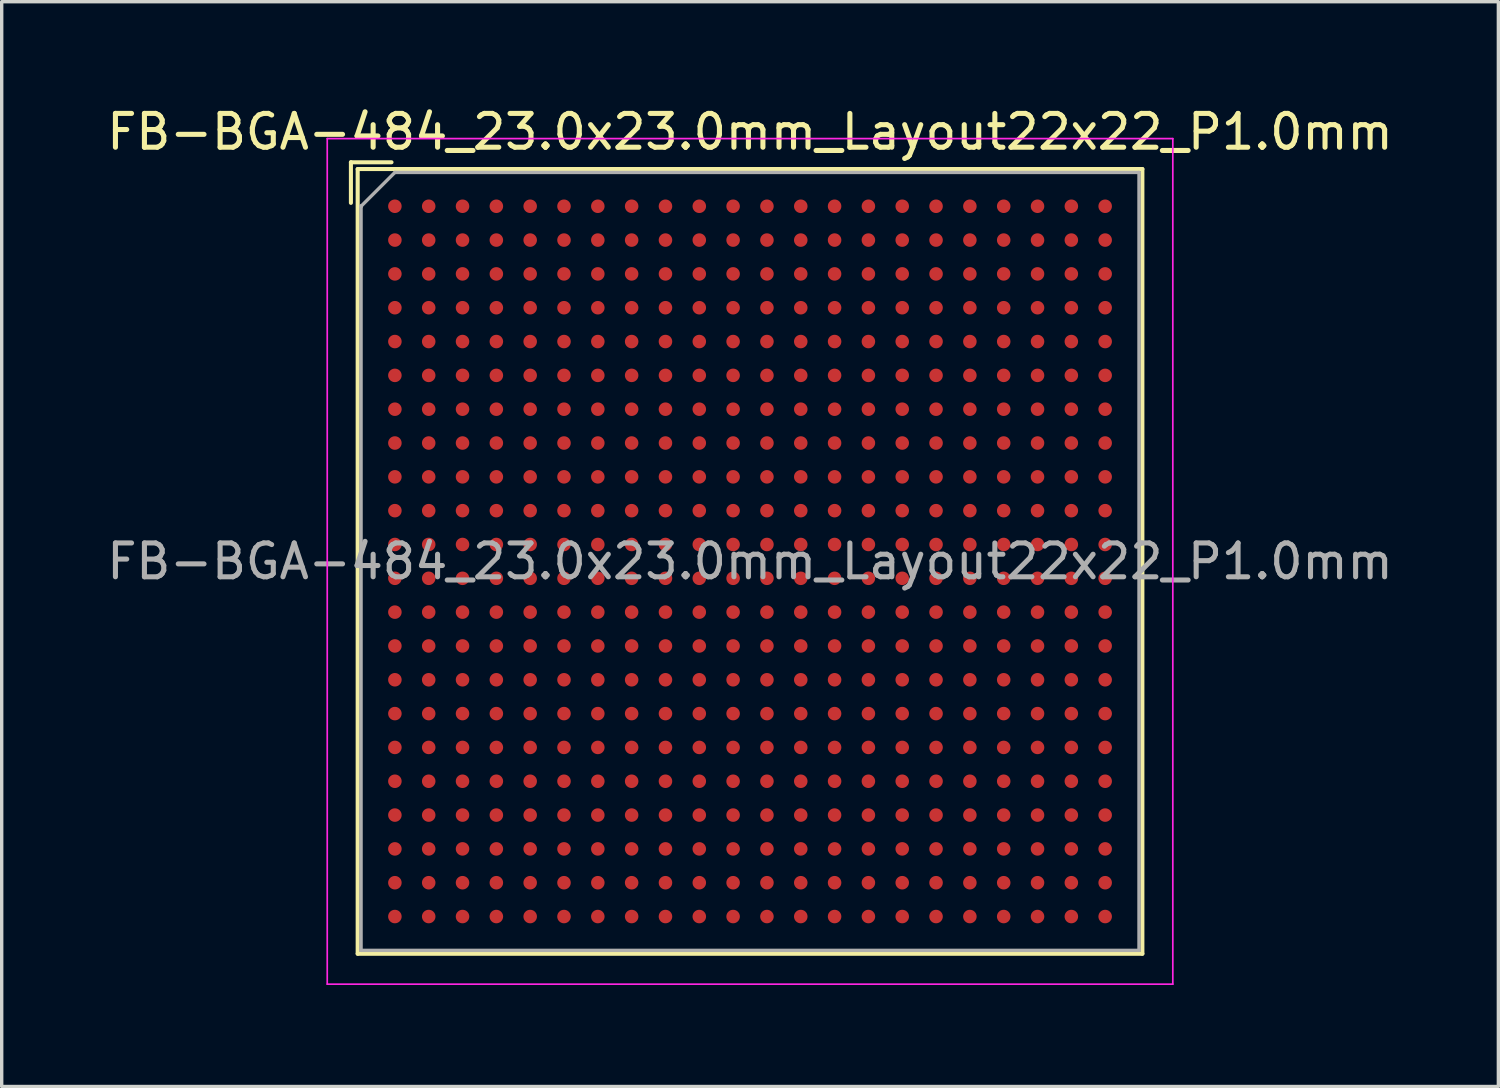
<source format=kicad_pcb>
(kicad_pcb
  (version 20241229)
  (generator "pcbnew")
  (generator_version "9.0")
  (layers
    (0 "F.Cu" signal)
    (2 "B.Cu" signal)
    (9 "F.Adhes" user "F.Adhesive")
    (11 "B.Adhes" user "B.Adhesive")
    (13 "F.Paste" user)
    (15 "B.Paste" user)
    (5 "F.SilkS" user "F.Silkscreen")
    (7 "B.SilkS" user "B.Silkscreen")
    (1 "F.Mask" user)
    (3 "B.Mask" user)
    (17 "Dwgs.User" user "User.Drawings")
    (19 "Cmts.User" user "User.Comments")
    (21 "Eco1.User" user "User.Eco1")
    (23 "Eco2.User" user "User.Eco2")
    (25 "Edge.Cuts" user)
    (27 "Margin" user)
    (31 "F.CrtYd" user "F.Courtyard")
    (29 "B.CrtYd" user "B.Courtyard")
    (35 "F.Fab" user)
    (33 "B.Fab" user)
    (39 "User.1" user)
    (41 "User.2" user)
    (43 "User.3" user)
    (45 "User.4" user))
  (footprint "FB-BGA-484_23.0x23.0mm_Layout22x22_P1.0mm"
    (layer "F.Cu")
    (at 19.125 13.548)
    (property "Reference" "FB-BGA-484_23.0x23.0mm_Layout22x22_P1.0mm" (at 0 -12.7 0) (layer "F.SilkS") (effects (font (size 1 1) (thickness 0.15))))
    (attr smd)
    (fp_line (start -11.8 -11.8) (end -11.8 -10.6) (stroke (width 0.12) (type solid)) (layer "F.SilkS"))
    (fp_line (start -11.6 -11.6) (end 11.6 -11.6) (stroke (width 0.12) (type solid)) (layer "F.SilkS"))
    (fp_line (start -11.6 11.6) (end -11.6 -11.6) (stroke (width 0.12) (type solid)) (layer "F.SilkS"))
    (fp_line (start -10.6 -11.8) (end -11.8 -11.8) (stroke (width 0.12) (type solid)) (layer "F.SilkS"))
    (fp_line (start 11.6 -11.6) (end 11.6 11.6) (stroke (width 0.12) (type solid)) (layer "F.SilkS"))
    (fp_line (start 11.6 11.6) (end -11.6 11.6) (stroke (width 0.12) (type solid)) (layer "F.SilkS"))
    (fp_line (start -12.5 -12.5) (end -12.5 12.5) (stroke (width 0.05) (type solid)) (layer "F.CrtYd"))
    (fp_line (start -12.5 -12.5) (end 12.5 -12.5) (stroke (width 0.05) (type solid)) (layer "F.CrtYd"))
    (fp_line (start 12.5 12.5) (end -12.5 12.5) (stroke (width 0.05) (type solid)) (layer "F.CrtYd"))
    (fp_line (start 12.5 12.5) (end 12.5 -12.5) (stroke (width 0.05) (type solid)) (layer "F.CrtYd"))
    (fp_line (start -11.5 -10.5) (end -11.5 -10.5) (stroke (width 0.12) (type solid)) (layer "F.Fab"))
    (fp_line (start -11.5 11.5) (end -11.5 -10.5) (stroke (width 0.1) (type solid)) (layer "F.Fab"))
    (fp_line (start -10.5 -11.5) (end -11.5 -10.5) (stroke (width 0.1) (type solid)) (layer "F.Fab"))
    (fp_line (start -10.5 -11.5) (end 11.5 -11.5) (stroke (width 0.1) (type solid)) (layer "F.Fab"))
    (fp_line (start 11.5 -11.5) (end 11.5 11.5) (stroke (width 0.1) (type solid)) (layer "F.Fab"))
    (fp_line (start 11.5 11.5) (end -11.5 11.5) (stroke (width 0.1) (type solid)) (layer "F.Fab"))
    (fp_text user "${REFERENCE}" (at 0 0 0) (layer "F.Fab") (effects (font (size 1 1) (thickness 0.15))))
    (pad "A1" smd circle (at -10.5 -10.5) (size 0.4 0.4) (layers "F.Cu" "F.Mask" "F.Paste"))
    (pad "A2" smd circle (at -9.5 -10.5) (size 0.4 0.4) (layers "F.Cu" "F.Mask" "F.Paste"))
    (pad "A3" smd circle (at -8.5 -10.5) (size 0.4 0.4) (layers "F.Cu" "F.Mask" "F.Paste"))
    (pad "A4" smd circle (at -7.5 -10.5) (size 0.4 0.4) (layers "F.Cu" "F.Mask" "F.Paste"))
    (pad "A5" smd circle (at -6.5 -10.5) (size 0.4 0.4) (layers "F.Cu" "F.Mask" "F.Paste"))
    (pad "A6" smd circle (at -5.5 -10.5) (size 0.4 0.4) (layers "F.Cu" "F.Mask" "F.Paste"))
    (pad "A7" smd circle (at -4.5 -10.5) (size 0.4 0.4) (layers "F.Cu" "F.Mask" "F.Paste"))
    (pad "A8" smd circle (at -3.5 -10.5) (size 0.4 0.4) (layers "F.Cu" "F.Mask" "F.Paste"))
    (pad "A9" smd circle (at -2.5 -10.5) (size 0.4 0.4) (layers "F.Cu" "F.Mask" "F.Paste"))
    (pad "A10" smd circle (at -1.5 -10.5) (size 0.4 0.4) (layers "F.Cu" "F.Mask" "F.Paste"))
    (pad "A11" smd circle (at -0.5 -10.5) (size 0.4 0.4) (layers "F.Cu" "F.Mask" "F.Paste"))
    (pad "A12" smd circle (at 0.5 -10.5) (size 0.4 0.4) (layers "F.Cu" "F.Mask" "F.Paste"))
    (pad "A13" smd circle (at 1.5 -10.5) (size 0.4 0.4) (layers "F.Cu" "F.Mask" "F.Paste"))
    (pad "A14" smd circle (at 2.5 -10.5) (size 0.4 0.4) (layers "F.Cu" "F.Mask" "F.Paste"))
    (pad "A15" smd circle (at 3.5 -10.5) (size 0.4 0.4) (layers "F.Cu" "F.Mask" "F.Paste"))
    (pad "A16" smd circle (at 4.5 -10.5) (size 0.4 0.4) (layers "F.Cu" "F.Mask" "F.Paste"))
    (pad "A17" smd circle (at 5.5 -10.5) (size 0.4 0.4) (layers "F.Cu" "F.Mask" "F.Paste"))
    (pad "A18" smd circle (at 6.5 -10.5) (size 0.4 0.4) (layers "F.Cu" "F.Mask" "F.Paste"))
    (pad "A19" smd circle (at 7.5 -10.5) (size 0.4 0.4) (layers "F.Cu" "F.Mask" "F.Paste"))
    (pad "A20" smd circle (at 8.5 -10.5) (size 0.4 0.4) (layers "F.Cu" "F.Mask" "F.Paste"))
    (pad "A21" smd circle (at 9.5 -10.5) (size 0.4 0.4) (layers "F.Cu" "F.Mask" "F.Paste"))
    (pad "A22" smd circle (at 10.5 -10.5) (size 0.4 0.4) (layers "F.Cu" "F.Mask" "F.Paste"))
    (pad "AA1" smd circle (at -10.5 9.5) (size 0.4 0.4) (layers "F.Cu" "F.Mask" "F.Paste"))
    (pad "AA2" smd circle (at -9.5 9.5) (size 0.4 0.4) (layers "F.Cu" "F.Mask" "F.Paste"))
    (pad "AA3" smd circle (at -8.5 9.5) (size 0.4 0.4) (layers "F.Cu" "F.Mask" "F.Paste"))
    (pad "AA4" smd circle (at -7.5 9.5) (size 0.4 0.4) (layers "F.Cu" "F.Mask" "F.Paste"))
    (pad "AA5" smd circle (at -6.5 9.5) (size 0.4 0.4) (layers "F.Cu" "F.Mask" "F.Paste"))
    (pad "AA6" smd circle (at -5.5 9.5) (size 0.4 0.4) (layers "F.Cu" "F.Mask" "F.Paste"))
    (pad "AA7" smd circle (at -4.5 9.5) (size 0.4 0.4) (layers "F.Cu" "F.Mask" "F.Paste"))
    (pad "AA8" smd circle (at -3.5 9.5) (size 0.4 0.4) (layers "F.Cu" "F.Mask" "F.Paste"))
    (pad "AA9" smd circle (at -2.5 9.5) (size 0.4 0.4) (layers "F.Cu" "F.Mask" "F.Paste"))
    (pad "AA10" smd circle (at -1.5 9.5) (size 0.4 0.4) (layers "F.Cu" "F.Mask" "F.Paste"))
    (pad "AA11" smd circle (at -0.5 9.5) (size 0.4 0.4) (layers "F.Cu" "F.Mask" "F.Paste"))
    (pad "AA12" smd circle (at 0.5 9.5) (size 0.4 0.4) (layers "F.Cu" "F.Mask" "F.Paste"))
    (pad "AA13" smd circle (at 1.5 9.5) (size 0.4 0.4) (layers "F.Cu" "F.Mask" "F.Paste"))
    (pad "AA14" smd circle (at 2.5 9.5) (size 0.4 0.4) (layers "F.Cu" "F.Mask" "F.Paste"))
    (pad "AA15" smd circle (at 3.5 9.5) (size 0.4 0.4) (layers "F.Cu" "F.Mask" "F.Paste"))
    (pad "AA16" smd circle (at 4.5 9.5) (size 0.4 0.4) (layers "F.Cu" "F.Mask" "F.Paste"))
    (pad "AA17" smd circle (at 5.5 9.5) (size 0.4 0.4) (layers "F.Cu" "F.Mask" "F.Paste"))
    (pad "AA18" smd circle (at 6.5 9.5) (size 0.4 0.4) (layers "F.Cu" "F.Mask" "F.Paste"))
    (pad "AA19" smd circle (at 7.5 9.5) (size 0.4 0.4) (layers "F.Cu" "F.Mask" "F.Paste"))
    (pad "AA20" smd circle (at 8.5 9.5) (size 0.4 0.4) (layers "F.Cu" "F.Mask" "F.Paste"))
    (pad "AA21" smd circle (at 9.5 9.5) (size 0.4 0.4) (layers "F.Cu" "F.Mask" "F.Paste"))
    (pad "AA22" smd circle (at 10.5 9.5) (size 0.4 0.4) (layers "F.Cu" "F.Mask" "F.Paste"))
    (pad "AB1" smd circle (at -10.5 10.5) (size 0.4 0.4) (layers "F.Cu" "F.Mask" "F.Paste"))
    (pad "AB2" smd circle (at -9.5 10.5) (size 0.4 0.4) (layers "F.Cu" "F.Mask" "F.Paste"))
    (pad "AB3" smd circle (at -8.5 10.5) (size 0.4 0.4) (layers "F.Cu" "F.Mask" "F.Paste"))
    (pad "AB4" smd circle (at -7.5 10.5) (size 0.4 0.4) (layers "F.Cu" "F.Mask" "F.Paste"))
    (pad "AB5" smd circle (at -6.5 10.5) (size 0.4 0.4) (layers "F.Cu" "F.Mask" "F.Paste"))
    (pad "AB6" smd circle (at -5.5 10.5) (size 0.4 0.4) (layers "F.Cu" "F.Mask" "F.Paste"))
    (pad "AB7" smd circle (at -4.5 10.5) (size 0.4 0.4) (layers "F.Cu" "F.Mask" "F.Paste"))
    (pad "AB8" smd circle (at -3.5 10.5) (size 0.4 0.4) (layers "F.Cu" "F.Mask" "F.Paste"))
    (pad "AB9" smd circle (at -2.5 10.5) (size 0.4 0.4) (layers "F.Cu" "F.Mask" "F.Paste"))
    (pad "AB10" smd circle (at -1.5 10.5) (size 0.4 0.4) (layers "F.Cu" "F.Mask" "F.Paste"))
    (pad "AB11" smd circle (at -0.5 10.5) (size 0.4 0.4) (layers "F.Cu" "F.Mask" "F.Paste"))
    (pad "AB12" smd circle (at 0.5 10.5) (size 0.4 0.4) (layers "F.Cu" "F.Mask" "F.Paste"))
    (pad "AB13" smd circle (at 1.5 10.5) (size 0.4 0.4) (layers "F.Cu" "F.Mask" "F.Paste"))
    (pad "AB14" smd circle (at 2.5 10.5) (size 0.4 0.4) (layers "F.Cu" "F.Mask" "F.Paste"))
    (pad "AB15" smd circle (at 3.5 10.5) (size 0.4 0.4) (layers "F.Cu" "F.Mask" "F.Paste"))
    (pad "AB16" smd circle (at 4.5 10.5) (size 0.4 0.4) (layers "F.Cu" "F.Mask" "F.Paste"))
    (pad "AB17" smd circle (at 5.5 10.5) (size 0.4 0.4) (layers "F.Cu" "F.Mask" "F.Paste"))
    (pad "AB18" smd circle (at 6.5 10.5) (size 0.4 0.4) (layers "F.Cu" "F.Mask" "F.Paste"))
    (pad "AB19" smd circle (at 7.5 10.5) (size 0.4 0.4) (layers "F.Cu" "F.Mask" "F.Paste"))
    (pad "AB20" smd circle (at 8.5 10.5) (size 0.4 0.4) (layers "F.Cu" "F.Mask" "F.Paste"))
    (pad "AB21" smd circle (at 9.5 10.5) (size 0.4 0.4) (layers "F.Cu" "F.Mask" "F.Paste"))
    (pad "AB22" smd circle (at 10.5 10.5) (size 0.4 0.4) (layers "F.Cu" "F.Mask" "F.Paste"))
    (pad "B1" smd circle (at -10.5 -9.5) (size 0.4 0.4) (layers "F.Cu" "F.Mask" "F.Paste"))
    (pad "B2" smd circle (at -9.5 -9.5) (size 0.4 0.4) (layers "F.Cu" "F.Mask" "F.Paste"))
    (pad "B3" smd circle (at -8.5 -9.5) (size 0.4 0.4) (layers "F.Cu" "F.Mask" "F.Paste"))
    (pad "B4" smd circle (at -7.5 -9.5) (size 0.4 0.4) (layers "F.Cu" "F.Mask" "F.Paste"))
    (pad "B5" smd circle (at -6.5 -9.5) (size 0.4 0.4) (layers "F.Cu" "F.Mask" "F.Paste"))
    (pad "B6" smd circle (at -5.5 -9.5) (size 0.4 0.4) (layers "F.Cu" "F.Mask" "F.Paste"))
    (pad "B7" smd circle (at -4.5 -9.5) (size 0.4 0.4) (layers "F.Cu" "F.Mask" "F.Paste"))
    (pad "B8" smd circle (at -3.5 -9.5) (size 0.4 0.4) (layers "F.Cu" "F.Mask" "F.Paste"))
    (pad "B9" smd circle (at -2.5 -9.5) (size 0.4 0.4) (layers "F.Cu" "F.Mask" "F.Paste"))
    (pad "B10" smd circle (at -1.5 -9.5) (size 0.4 0.4) (layers "F.Cu" "F.Mask" "F.Paste"))
    (pad "B11" smd circle (at -0.5 -9.5) (size 0.4 0.4) (layers "F.Cu" "F.Mask" "F.Paste"))
    (pad "B12" smd circle (at 0.5 -9.5) (size 0.4 0.4) (layers "F.Cu" "F.Mask" "F.Paste"))
    (pad "B13" smd circle (at 1.5 -9.5) (size 0.4 0.4) (layers "F.Cu" "F.Mask" "F.Paste"))
    (pad "B14" smd circle (at 2.5 -9.5) (size 0.4 0.4) (layers "F.Cu" "F.Mask" "F.Paste"))
    (pad "B15" smd circle (at 3.5 -9.5) (size 0.4 0.4) (layers "F.Cu" "F.Mask" "F.Paste"))
    (pad "B16" smd circle (at 4.5 -9.5) (size 0.4 0.4) (layers "F.Cu" "F.Mask" "F.Paste"))
    (pad "B17" smd circle (at 5.5 -9.5) (size 0.4 0.4) (layers "F.Cu" "F.Mask" "F.Paste"))
    (pad "B18" smd circle (at 6.5 -9.5) (size 0.4 0.4) (layers "F.Cu" "F.Mask" "F.Paste"))
    (pad "B19" smd circle (at 7.5 -9.5) (size 0.4 0.4) (layers "F.Cu" "F.Mask" "F.Paste"))
    (pad "B20" smd circle (at 8.5 -9.5) (size 0.4 0.4) (layers "F.Cu" "F.Mask" "F.Paste"))
    (pad "B21" smd circle (at 9.5 -9.5) (size 0.4 0.4) (layers "F.Cu" "F.Mask" "F.Paste"))
    (pad "B22" smd circle (at 10.5 -9.5) (size 0.4 0.4) (layers "F.Cu" "F.Mask" "F.Paste"))
    (pad "C1" smd circle (at -10.5 -8.5) (size 0.4 0.4) (layers "F.Cu" "F.Mask" "F.Paste"))
    (pad "C2" smd circle (at -9.5 -8.5) (size 0.4 0.4) (layers "F.Cu" "F.Mask" "F.Paste"))
    (pad "C3" smd circle (at -8.5 -8.5) (size 0.4 0.4) (layers "F.Cu" "F.Mask" "F.Paste"))
    (pad "C4" smd circle (at -7.5 -8.5) (size 0.4 0.4) (layers "F.Cu" "F.Mask" "F.Paste"))
    (pad "C5" smd circle (at -6.5 -8.5) (size 0.4 0.4) (layers "F.Cu" "F.Mask" "F.Paste"))
    (pad "C6" smd circle (at -5.5 -8.5) (size 0.4 0.4) (layers "F.Cu" "F.Mask" "F.Paste"))
    (pad "C7" smd circle (at -4.5 -8.5) (size 0.4 0.4) (layers "F.Cu" "F.Mask" "F.Paste"))
    (pad "C8" smd circle (at -3.5 -8.5) (size 0.4 0.4) (layers "F.Cu" "F.Mask" "F.Paste"))
    (pad "C9" smd circle (at -2.5 -8.5) (size 0.4 0.4) (layers "F.Cu" "F.Mask" "F.Paste"))
    (pad "C10" smd circle (at -1.5 -8.5) (size 0.4 0.4) (layers "F.Cu" "F.Mask" "F.Paste"))
    (pad "C11" smd circle (at -0.5 -8.5) (size 0.4 0.4) (layers "F.Cu" "F.Mask" "F.Paste"))
    (pad "C12" smd circle (at 0.5 -8.5) (size 0.4 0.4) (layers "F.Cu" "F.Mask" "F.Paste"))
    (pad "C13" smd circle (at 1.5 -8.5) (size 0.4 0.4) (layers "F.Cu" "F.Mask" "F.Paste"))
    (pad "C14" smd circle (at 2.5 -8.5) (size 0.4 0.4) (layers "F.Cu" "F.Mask" "F.Paste"))
    (pad "C15" smd circle (at 3.5 -8.5) (size 0.4 0.4) (layers "F.Cu" "F.Mask" "F.Paste"))
    (pad "C16" smd circle (at 4.5 -8.5) (size 0.4 0.4) (layers "F.Cu" "F.Mask" "F.Paste"))
    (pad "C17" smd circle (at 5.5 -8.5) (size 0.4 0.4) (layers "F.Cu" "F.Mask" "F.Paste"))
    (pad "C18" smd circle (at 6.5 -8.5) (size 0.4 0.4) (layers "F.Cu" "F.Mask" "F.Paste"))
    (pad "C19" smd circle (at 7.5 -8.5) (size 0.4 0.4) (layers "F.Cu" "F.Mask" "F.Paste"))
    (pad "C20" smd circle (at 8.5 -8.5) (size 0.4 0.4) (layers "F.Cu" "F.Mask" "F.Paste"))
    (pad "C21" smd circle (at 9.5 -8.5) (size 0.4 0.4) (layers "F.Cu" "F.Mask" "F.Paste"))
    (pad "C22" smd circle (at 10.5 -8.5) (size 0.4 0.4) (layers "F.Cu" "F.Mask" "F.Paste"))
    (pad "D1" smd circle (at -10.5 -7.5) (size 0.4 0.4) (layers "F.Cu" "F.Mask" "F.Paste"))
    (pad "D2" smd circle (at -9.5 -7.5) (size 0.4 0.4) (layers "F.Cu" "F.Mask" "F.Paste"))
    (pad "D3" smd circle (at -8.5 -7.5) (size 0.4 0.4) (layers "F.Cu" "F.Mask" "F.Paste"))
    (pad "D4" smd circle (at -7.5 -7.5) (size 0.4 0.4) (layers "F.Cu" "F.Mask" "F.Paste"))
    (pad "D5" smd circle (at -6.5 -7.5) (size 0.4 0.4) (layers "F.Cu" "F.Mask" "F.Paste"))
    (pad "D6" smd circle (at -5.5 -7.5) (size 0.4 0.4) (layers "F.Cu" "F.Mask" "F.Paste"))
    (pad "D7" smd circle (at -4.5 -7.5) (size 0.4 0.4) (layers "F.Cu" "F.Mask" "F.Paste"))
    (pad "D8" smd circle (at -3.5 -7.5) (size 0.4 0.4) (layers "F.Cu" "F.Mask" "F.Paste"))
    (pad "D9" smd circle (at -2.5 -7.5) (size 0.4 0.4) (layers "F.Cu" "F.Mask" "F.Paste"))
    (pad "D10" smd circle (at -1.5 -7.5) (size 0.4 0.4) (layers "F.Cu" "F.Mask" "F.Paste"))
    (pad "D11" smd circle (at -0.5 -7.5) (size 0.4 0.4) (layers "F.Cu" "F.Mask" "F.Paste"))
    (pad "D12" smd circle (at 0.5 -7.5) (size 0.4 0.4) (layers "F.Cu" "F.Mask" "F.Paste"))
    (pad "D13" smd circle (at 1.5 -7.5) (size 0.4 0.4) (layers "F.Cu" "F.Mask" "F.Paste"))
    (pad "D14" smd circle (at 2.5 -7.5) (size 0.4 0.4) (layers "F.Cu" "F.Mask" "F.Paste"))
    (pad "D15" smd circle (at 3.5 -7.5) (size 0.4 0.4) (layers "F.Cu" "F.Mask" "F.Paste"))
    (pad "D16" smd circle (at 4.5 -7.5) (size 0.4 0.4) (layers "F.Cu" "F.Mask" "F.Paste"))
    (pad "D17" smd circle (at 5.5 -7.5) (size 0.4 0.4) (layers "F.Cu" "F.Mask" "F.Paste"))
    (pad "D18" smd circle (at 6.5 -7.5) (size 0.4 0.4) (layers "F.Cu" "F.Mask" "F.Paste"))
    (pad "D19" smd circle (at 7.5 -7.5) (size 0.4 0.4) (layers "F.Cu" "F.Mask" "F.Paste"))
    (pad "D20" smd circle (at 8.5 -7.5) (size 0.4 0.4) (layers "F.Cu" "F.Mask" "F.Paste"))
    (pad "D21" smd circle (at 9.5 -7.5) (size 0.4 0.4) (layers "F.Cu" "F.Mask" "F.Paste"))
    (pad "D22" smd circle (at 10.5 -7.5) (size 0.4 0.4) (layers "F.Cu" "F.Mask" "F.Paste"))
    (pad "E1" smd circle (at -10.5 -6.5) (size 0.4 0.4) (layers "F.Cu" "F.Mask" "F.Paste"))
    (pad "E2" smd circle (at -9.5 -6.5) (size 0.4 0.4) (layers "F.Cu" "F.Mask" "F.Paste"))
    (pad "E3" smd circle (at -8.5 -6.5) (size 0.4 0.4) (layers "F.Cu" "F.Mask" "F.Paste"))
    (pad "E4" smd circle (at -7.5 -6.5) (size 0.4 0.4) (layers "F.Cu" "F.Mask" "F.Paste"))
    (pad "E5" smd circle (at -6.5 -6.5) (size 0.4 0.4) (layers "F.Cu" "F.Mask" "F.Paste"))
    (pad "E6" smd circle (at -5.5 -6.5) (size 0.4 0.4) (layers "F.Cu" "F.Mask" "F.Paste"))
    (pad "E7" smd circle (at -4.5 -6.5) (size 0.4 0.4) (layers "F.Cu" "F.Mask" "F.Paste"))
    (pad "E8" smd circle (at -3.5 -6.5) (size 0.4 0.4) (layers "F.Cu" "F.Mask" "F.Paste"))
    (pad "E9" smd circle (at -2.5 -6.5) (size 0.4 0.4) (layers "F.Cu" "F.Mask" "F.Paste"))
    (pad "E10" smd circle (at -1.5 -6.5) (size 0.4 0.4) (layers "F.Cu" "F.Mask" "F.Paste"))
    (pad "E11" smd circle (at -0.5 -6.5) (size 0.4 0.4) (layers "F.Cu" "F.Mask" "F.Paste"))
    (pad "E12" smd circle (at 0.5 -6.5) (size 0.4 0.4) (layers "F.Cu" "F.Mask" "F.Paste"))
    (pad "E13" smd circle (at 1.5 -6.5) (size 0.4 0.4) (layers "F.Cu" "F.Mask" "F.Paste"))
    (pad "E14" smd circle (at 2.5 -6.5) (size 0.4 0.4) (layers "F.Cu" "F.Mask" "F.Paste"))
    (pad "E15" smd circle (at 3.5 -6.5) (size 0.4 0.4) (layers "F.Cu" "F.Mask" "F.Paste"))
    (pad "E16" smd circle (at 4.5 -6.5) (size 0.4 0.4) (layers "F.Cu" "F.Mask" "F.Paste"))
    (pad "E17" smd circle (at 5.5 -6.5) (size 0.4 0.4) (layers "F.Cu" "F.Mask" "F.Paste"))
    (pad "E18" smd circle (at 6.5 -6.5) (size 0.4 0.4) (layers "F.Cu" "F.Mask" "F.Paste"))
    (pad "E19" smd circle (at 7.5 -6.5) (size 0.4 0.4) (layers "F.Cu" "F.Mask" "F.Paste"))
    (pad "E20" smd circle (at 8.5 -6.5) (size 0.4 0.4) (layers "F.Cu" "F.Mask" "F.Paste"))
    (pad "E21" smd circle (at 9.5 -6.5) (size 0.4 0.4) (layers "F.Cu" "F.Mask" "F.Paste"))
    (pad "E22" smd circle (at 10.5 -6.5) (size 0.4 0.4) (layers "F.Cu" "F.Mask" "F.Paste"))
    (pad "F1" smd circle (at -10.5 -5.5) (size 0.4 0.4) (layers "F.Cu" "F.Mask" "F.Paste"))
    (pad "F2" smd circle (at -9.5 -5.5) (size 0.4 0.4) (layers "F.Cu" "F.Mask" "F.Paste"))
    (pad "F3" smd circle (at -8.5 -5.5) (size 0.4 0.4) (layers "F.Cu" "F.Mask" "F.Paste"))
    (pad "F4" smd circle (at -7.5 -5.5) (size 0.4 0.4) (layers "F.Cu" "F.Mask" "F.Paste"))
    (pad "F5" smd circle (at -6.5 -5.5) (size 0.4 0.4) (layers "F.Cu" "F.Mask" "F.Paste"))
    (pad "F6" smd circle (at -5.5 -5.5) (size 0.4 0.4) (layers "F.Cu" "F.Mask" "F.Paste"))
    (pad "F7" smd circle (at -4.5 -5.5) (size 0.4 0.4) (layers "F.Cu" "F.Mask" "F.Paste"))
    (pad "F8" smd circle (at -3.5 -5.5) (size 0.4 0.4) (layers "F.Cu" "F.Mask" "F.Paste"))
    (pad "F9" smd circle (at -2.5 -5.5) (size 0.4 0.4) (layers "F.Cu" "F.Mask" "F.Paste"))
    (pad "F10" smd circle (at -1.5 -5.5) (size 0.4 0.4) (layers "F.Cu" "F.Mask" "F.Paste"))
    (pad "F11" smd circle (at -0.5 -5.5) (size 0.4 0.4) (layers "F.Cu" "F.Mask" "F.Paste"))
    (pad "F12" smd circle (at 0.5 -5.5) (size 0.4 0.4) (layers "F.Cu" "F.Mask" "F.Paste"))
    (pad "F13" smd circle (at 1.5 -5.5) (size 0.4 0.4) (layers "F.Cu" "F.Mask" "F.Paste"))
    (pad "F14" smd circle (at 2.5 -5.5) (size 0.4 0.4) (layers "F.Cu" "F.Mask" "F.Paste"))
    (pad "F15" smd circle (at 3.5 -5.5) (size 0.4 0.4) (layers "F.Cu" "F.Mask" "F.Paste"))
    (pad "F16" smd circle (at 4.5 -5.5) (size 0.4 0.4) (layers "F.Cu" "F.Mask" "F.Paste"))
    (pad "F17" smd circle (at 5.5 -5.5) (size 0.4 0.4) (layers "F.Cu" "F.Mask" "F.Paste"))
    (pad "F18" smd circle (at 6.5 -5.5) (size 0.4 0.4) (layers "F.Cu" "F.Mask" "F.Paste"))
    (pad "F19" smd circle (at 7.5 -5.5) (size 0.4 0.4) (layers "F.Cu" "F.Mask" "F.Paste"))
    (pad "F20" smd circle (at 8.5 -5.5) (size 0.4 0.4) (layers "F.Cu" "F.Mask" "F.Paste"))
    (pad "F21" smd circle (at 9.5 -5.5) (size 0.4 0.4) (layers "F.Cu" "F.Mask" "F.Paste"))
    (pad "F22" smd circle (at 10.5 -5.5) (size 0.4 0.4) (layers "F.Cu" "F.Mask" "F.Paste"))
    (pad "G1" smd circle (at -10.5 -4.5) (size 0.4 0.4) (layers "F.Cu" "F.Mask" "F.Paste"))
    (pad "G2" smd circle (at -9.5 -4.5) (size 0.4 0.4) (layers "F.Cu" "F.Mask" "F.Paste"))
    (pad "G3" smd circle (at -8.5 -4.5) (size 0.4 0.4) (layers "F.Cu" "F.Mask" "F.Paste"))
    (pad "G4" smd circle (at -7.5 -4.5) (size 0.4 0.4) (layers "F.Cu" "F.Mask" "F.Paste"))
    (pad "G5" smd circle (at -6.5 -4.5) (size 0.4 0.4) (layers "F.Cu" "F.Mask" "F.Paste"))
    (pad "G6" smd circle (at -5.5 -4.5) (size 0.4 0.4) (layers "F.Cu" "F.Mask" "F.Paste"))
    (pad "G7" smd circle (at -4.5 -4.5) (size 0.4 0.4) (layers "F.Cu" "F.Mask" "F.Paste"))
    (pad "G8" smd circle (at -3.5 -4.5) (size 0.4 0.4) (layers "F.Cu" "F.Mask" "F.Paste"))
    (pad "G9" smd circle (at -2.5 -4.5) (size 0.4 0.4) (layers "F.Cu" "F.Mask" "F.Paste"))
    (pad "G10" smd circle (at -1.5 -4.5) (size 0.4 0.4) (layers "F.Cu" "F.Mask" "F.Paste"))
    (pad "G11" smd circle (at -0.5 -4.5) (size 0.4 0.4) (layers "F.Cu" "F.Mask" "F.Paste"))
    (pad "G12" smd circle (at 0.5 -4.5) (size 0.4 0.4) (layers "F.Cu" "F.Mask" "F.Paste"))
    (pad "G13" smd circle (at 1.5 -4.5) (size 0.4 0.4) (layers "F.Cu" "F.Mask" "F.Paste"))
    (pad "G14" smd circle (at 2.5 -4.5) (size 0.4 0.4) (layers "F.Cu" "F.Mask" "F.Paste"))
    (pad "G15" smd circle (at 3.5 -4.5) (size 0.4 0.4) (layers "F.Cu" "F.Mask" "F.Paste"))
    (pad "G16" smd circle (at 4.5 -4.5) (size 0.4 0.4) (layers "F.Cu" "F.Mask" "F.Paste"))
    (pad "G17" smd circle (at 5.5 -4.5) (size 0.4 0.4) (layers "F.Cu" "F.Mask" "F.Paste"))
    (pad "G18" smd circle (at 6.5 -4.5) (size 0.4 0.4) (layers "F.Cu" "F.Mask" "F.Paste"))
    (pad "G19" smd circle (at 7.5 -4.5) (size 0.4 0.4) (layers "F.Cu" "F.Mask" "F.Paste"))
    (pad "G20" smd circle (at 8.5 -4.5) (size 0.4 0.4) (layers "F.Cu" "F.Mask" "F.Paste"))
    (pad "G21" smd circle (at 9.5 -4.5) (size 0.4 0.4) (layers "F.Cu" "F.Mask" "F.Paste"))
    (pad "G22" smd circle (at 10.5 -4.5) (size 0.4 0.4) (layers "F.Cu" "F.Mask" "F.Paste"))
    (pad "H1" smd circle (at -10.5 -3.5) (size 0.4 0.4) (layers "F.Cu" "F.Mask" "F.Paste"))
    (pad "H2" smd circle (at -9.5 -3.5) (size 0.4 0.4) (layers "F.Cu" "F.Mask" "F.Paste"))
    (pad "H3" smd circle (at -8.5 -3.5) (size 0.4 0.4) (layers "F.Cu" "F.Mask" "F.Paste"))
    (pad "H4" smd circle (at -7.5 -3.5) (size 0.4 0.4) (layers "F.Cu" "F.Mask" "F.Paste"))
    (pad "H5" smd circle (at -6.5 -3.5) (size 0.4 0.4) (layers "F.Cu" "F.Mask" "F.Paste"))
    (pad "H6" smd circle (at -5.5 -3.5) (size 0.4 0.4) (layers "F.Cu" "F.Mask" "F.Paste"))
    (pad "H7" smd circle (at -4.5 -3.5) (size 0.4 0.4) (layers "F.Cu" "F.Mask" "F.Paste"))
    (pad "H8" smd circle (at -3.5 -3.5) (size 0.4 0.4) (layers "F.Cu" "F.Mask" "F.Paste"))
    (pad "H9" smd circle (at -2.5 -3.5) (size 0.4 0.4) (layers "F.Cu" "F.Mask" "F.Paste"))
    (pad "H10" smd circle (at -1.5 -3.5) (size 0.4 0.4) (layers "F.Cu" "F.Mask" "F.Paste"))
    (pad "H11" smd circle (at -0.5 -3.5) (size 0.4 0.4) (layers "F.Cu" "F.Mask" "F.Paste"))
    (pad "H12" smd circle (at 0.5 -3.5) (size 0.4 0.4) (layers "F.Cu" "F.Mask" "F.Paste"))
    (pad "H13" smd circle (at 1.5 -3.5) (size 0.4 0.4) (layers "F.Cu" "F.Mask" "F.Paste"))
    (pad "H14" smd circle (at 2.5 -3.5) (size 0.4 0.4) (layers "F.Cu" "F.Mask" "F.Paste"))
    (pad "H15" smd circle (at 3.5 -3.5) (size 0.4 0.4) (layers "F.Cu" "F.Mask" "F.Paste"))
    (pad "H16" smd circle (at 4.5 -3.5) (size 0.4 0.4) (layers "F.Cu" "F.Mask" "F.Paste"))
    (pad "H17" smd circle (at 5.5 -3.5) (size 0.4 0.4) (layers "F.Cu" "F.Mask" "F.Paste"))
    (pad "H18" smd circle (at 6.5 -3.5) (size 0.4 0.4) (layers "F.Cu" "F.Mask" "F.Paste"))
    (pad "H19" smd circle (at 7.5 -3.5) (size 0.4 0.4) (layers "F.Cu" "F.Mask" "F.Paste"))
    (pad "H20" smd circle (at 8.5 -3.5) (size 0.4 0.4) (layers "F.Cu" "F.Mask" "F.Paste"))
    (pad "H21" smd circle (at 9.5 -3.5) (size 0.4 0.4) (layers "F.Cu" "F.Mask" "F.Paste"))
    (pad "H22" smd circle (at 10.5 -3.5) (size 0.4 0.4) (layers "F.Cu" "F.Mask" "F.Paste"))
    (pad "J1" smd circle (at -10.5 -2.5) (size 0.4 0.4) (layers "F.Cu" "F.Mask" "F.Paste"))
    (pad "J2" smd circle (at -9.5 -2.5) (size 0.4 0.4) (layers "F.Cu" "F.Mask" "F.Paste"))
    (pad "J3" smd circle (at -8.5 -2.5) (size 0.4 0.4) (layers "F.Cu" "F.Mask" "F.Paste"))
    (pad "J4" smd circle (at -7.5 -2.5) (size 0.4 0.4) (layers "F.Cu" "F.Mask" "F.Paste"))
    (pad "J5" smd circle (at -6.5 -2.5) (size 0.4 0.4) (layers "F.Cu" "F.Mask" "F.Paste"))
    (pad "J6" smd circle (at -5.5 -2.5) (size 0.4 0.4) (layers "F.Cu" "F.Mask" "F.Paste"))
    (pad "J7" smd circle (at -4.5 -2.5) (size 0.4 0.4) (layers "F.Cu" "F.Mask" "F.Paste"))
    (pad "J8" smd circle (at -3.5 -2.5) (size 0.4 0.4) (layers "F.Cu" "F.Mask" "F.Paste"))
    (pad "J9" smd circle (at -2.5 -2.5) (size 0.4 0.4) (layers "F.Cu" "F.Mask" "F.Paste"))
    (pad "J10" smd circle (at -1.5 -2.5) (size 0.4 0.4) (layers "F.Cu" "F.Mask" "F.Paste"))
    (pad "J11" smd circle (at -0.5 -2.5) (size 0.4 0.4) (layers "F.Cu" "F.Mask" "F.Paste"))
    (pad "J12" smd circle (at 0.5 -2.5) (size 0.4 0.4) (layers "F.Cu" "F.Mask" "F.Paste"))
    (pad "J13" smd circle (at 1.5 -2.5) (size 0.4 0.4) (layers "F.Cu" "F.Mask" "F.Paste"))
    (pad "J14" smd circle (at 2.5 -2.5) (size 0.4 0.4) (layers "F.Cu" "F.Mask" "F.Paste"))
    (pad "J15" smd circle (at 3.5 -2.5) (size 0.4 0.4) (layers "F.Cu" "F.Mask" "F.Paste"))
    (pad "J16" smd circle (at 4.5 -2.5) (size 0.4 0.4) (layers "F.Cu" "F.Mask" "F.Paste"))
    (pad "J17" smd circle (at 5.5 -2.5) (size 0.4 0.4) (layers "F.Cu" "F.Mask" "F.Paste"))
    (pad "J18" smd circle (at 6.5 -2.5) (size 0.4 0.4) (layers "F.Cu" "F.Mask" "F.Paste"))
    (pad "J19" smd circle (at 7.5 -2.5) (size 0.4 0.4) (layers "F.Cu" "F.Mask" "F.Paste"))
    (pad "J20" smd circle (at 8.5 -2.5) (size 0.4 0.4) (layers "F.Cu" "F.Mask" "F.Paste"))
    (pad "J21" smd circle (at 9.5 -2.5) (size 0.4 0.4) (layers "F.Cu" "F.Mask" "F.Paste"))
    (pad "J22" smd circle (at 10.5 -2.5) (size 0.4 0.4) (layers "F.Cu" "F.Mask" "F.Paste"))
    (pad "K1" smd circle (at -10.5 -1.5) (size 0.4 0.4) (layers "F.Cu" "F.Mask" "F.Paste"))
    (pad "K2" smd circle (at -9.5 -1.5) (size 0.4 0.4) (layers "F.Cu" "F.Mask" "F.Paste"))
    (pad "K3" smd circle (at -8.5 -1.5) (size 0.4 0.4) (layers "F.Cu" "F.Mask" "F.Paste"))
    (pad "K4" smd circle (at -7.5 -1.5) (size 0.4 0.4) (layers "F.Cu" "F.Mask" "F.Paste"))
    (pad "K5" smd circle (at -6.5 -1.5) (size 0.4 0.4) (layers "F.Cu" "F.Mask" "F.Paste"))
    (pad "K6" smd circle (at -5.5 -1.5) (size 0.4 0.4) (layers "F.Cu" "F.Mask" "F.Paste"))
    (pad "K7" smd circle (at -4.5 -1.5) (size 0.4 0.4) (layers "F.Cu" "F.Mask" "F.Paste"))
    (pad "K8" smd circle (at -3.5 -1.5) (size 0.4 0.4) (layers "F.Cu" "F.Mask" "F.Paste"))
    (pad "K9" smd circle (at -2.5 -1.5) (size 0.4 0.4) (layers "F.Cu" "F.Mask" "F.Paste"))
    (pad "K10" smd circle (at -1.5 -1.5) (size 0.4 0.4) (layers "F.Cu" "F.Mask" "F.Paste"))
    (pad "K11" smd circle (at -0.5 -1.5) (size 0.4 0.4) (layers "F.Cu" "F.Mask" "F.Paste"))
    (pad "K12" smd circle (at 0.5 -1.5) (size 0.4 0.4) (layers "F.Cu" "F.Mask" "F.Paste"))
    (pad "K13" smd circle (at 1.5 -1.5) (size 0.4 0.4) (layers "F.Cu" "F.Mask" "F.Paste"))
    (pad "K14" smd circle (at 2.5 -1.5) (size 0.4 0.4) (layers "F.Cu" "F.Mask" "F.Paste"))
    (pad "K15" smd circle (at 3.5 -1.5) (size 0.4 0.4) (layers "F.Cu" "F.Mask" "F.Paste"))
    (pad "K16" smd circle (at 4.5 -1.5) (size 0.4 0.4) (layers "F.Cu" "F.Mask" "F.Paste"))
    (pad "K17" smd circle (at 5.5 -1.5) (size 0.4 0.4) (layers "F.Cu" "F.Mask" "F.Paste"))
    (pad "K18" smd circle (at 6.5 -1.5) (size 0.4 0.4) (layers "F.Cu" "F.Mask" "F.Paste"))
    (pad "K19" smd circle (at 7.5 -1.5) (size 0.4 0.4) (layers "F.Cu" "F.Mask" "F.Paste"))
    (pad "K20" smd circle (at 8.5 -1.5) (size 0.4 0.4) (layers "F.Cu" "F.Mask" "F.Paste"))
    (pad "K21" smd circle (at 9.5 -1.5) (size 0.4 0.4) (layers "F.Cu" "F.Mask" "F.Paste"))
    (pad "K22" smd circle (at 10.5 -1.5) (size 0.4 0.4) (layers "F.Cu" "F.Mask" "F.Paste"))
    (pad "L1" smd circle (at -10.5 -0.5) (size 0.4 0.4) (layers "F.Cu" "F.Mask" "F.Paste"))
    (pad "L2" smd circle (at -9.5 -0.5) (size 0.4 0.4) (layers "F.Cu" "F.Mask" "F.Paste"))
    (pad "L3" smd circle (at -8.5 -0.5) (size 0.4 0.4) (layers "F.Cu" "F.Mask" "F.Paste"))
    (pad "L4" smd circle (at -7.5 -0.5) (size 0.4 0.4) (layers "F.Cu" "F.Mask" "F.Paste"))
    (pad "L5" smd circle (at -6.5 -0.5) (size 0.4 0.4) (layers "F.Cu" "F.Mask" "F.Paste"))
    (pad "L6" smd circle (at -5.5 -0.5) (size 0.4 0.4) (layers "F.Cu" "F.Mask" "F.Paste"))
    (pad "L7" smd circle (at -4.5 -0.5) (size 0.4 0.4) (layers "F.Cu" "F.Mask" "F.Paste"))
    (pad "L8" smd circle (at -3.5 -0.5) (size 0.4 0.4) (layers "F.Cu" "F.Mask" "F.Paste"))
    (pad "L9" smd circle (at -2.5 -0.5) (size 0.4 0.4) (layers "F.Cu" "F.Mask" "F.Paste"))
    (pad "L10" smd circle (at -1.5 -0.5) (size 0.4 0.4) (layers "F.Cu" "F.Mask" "F.Paste"))
    (pad "L11" smd circle (at -0.5 -0.5) (size 0.4 0.4) (layers "F.Cu" "F.Mask" "F.Paste"))
    (pad "L12" smd circle (at 0.5 -0.5) (size 0.4 0.4) (layers "F.Cu" "F.Mask" "F.Paste"))
    (pad "L13" smd circle (at 1.5 -0.5) (size 0.4 0.4) (layers "F.Cu" "F.Mask" "F.Paste"))
    (pad "L14" smd circle (at 2.5 -0.5) (size 0.4 0.4) (layers "F.Cu" "F.Mask" "F.Paste"))
    (pad "L15" smd circle (at 3.5 -0.5) (size 0.4 0.4) (layers "F.Cu" "F.Mask" "F.Paste"))
    (pad "L16" smd circle (at 4.5 -0.5) (size 0.4 0.4) (layers "F.Cu" "F.Mask" "F.Paste"))
    (pad "L17" smd circle (at 5.5 -0.5) (size 0.4 0.4) (layers "F.Cu" "F.Mask" "F.Paste"))
    (pad "L18" smd circle (at 6.5 -0.5) (size 0.4 0.4) (layers "F.Cu" "F.Mask" "F.Paste"))
    (pad "L19" smd circle (at 7.5 -0.5) (size 0.4 0.4) (layers "F.Cu" "F.Mask" "F.Paste"))
    (pad "L20" smd circle (at 8.5 -0.5) (size 0.4 0.4) (layers "F.Cu" "F.Mask" "F.Paste"))
    (pad "L21" smd circle (at 9.5 -0.5) (size 0.4 0.4) (layers "F.Cu" "F.Mask" "F.Paste"))
    (pad "L22" smd circle (at 10.5 -0.5) (size 0.4 0.4) (layers "F.Cu" "F.Mask" "F.Paste"))
    (pad "M1" smd circle (at -10.5 0.5) (size 0.4 0.4) (layers "F.Cu" "F.Mask" "F.Paste"))
    (pad "M2" smd circle (at -9.5 0.5) (size 0.4 0.4) (layers "F.Cu" "F.Mask" "F.Paste"))
    (pad "M3" smd circle (at -8.5 0.5) (size 0.4 0.4) (layers "F.Cu" "F.Mask" "F.Paste"))
    (pad "M4" smd circle (at -7.5 0.5) (size 0.4 0.4) (layers "F.Cu" "F.Mask" "F.Paste"))
    (pad "M5" smd circle (at -6.5 0.5) (size 0.4 0.4) (layers "F.Cu" "F.Mask" "F.Paste"))
    (pad "M6" smd circle (at -5.5 0.5) (size 0.4 0.4) (layers "F.Cu" "F.Mask" "F.Paste"))
    (pad "M7" smd circle (at -4.5 0.5) (size 0.4 0.4) (layers "F.Cu" "F.Mask" "F.Paste"))
    (pad "M8" smd circle (at -3.5 0.5) (size 0.4 0.4) (layers "F.Cu" "F.Mask" "F.Paste"))
    (pad "M9" smd circle (at -2.5 0.5) (size 0.4 0.4) (layers "F.Cu" "F.Mask" "F.Paste"))
    (pad "M10" smd circle (at -1.5 0.5) (size 0.4 0.4) (layers "F.Cu" "F.Mask" "F.Paste"))
    (pad "M11" smd circle (at -0.5 0.5) (size 0.4 0.4) (layers "F.Cu" "F.Mask" "F.Paste"))
    (pad "M12" smd circle (at 0.5 0.5) (size 0.4 0.4) (layers "F.Cu" "F.Mask" "F.Paste"))
    (pad "M13" smd circle (at 1.5 0.5) (size 0.4 0.4) (layers "F.Cu" "F.Mask" "F.Paste"))
    (pad "M14" smd circle (at 2.5 0.5) (size 0.4 0.4) (layers "F.Cu" "F.Mask" "F.Paste"))
    (pad "M15" smd circle (at 3.5 0.5) (size 0.4 0.4) (layers "F.Cu" "F.Mask" "F.Paste"))
    (pad "M16" smd circle (at 4.5 0.5) (size 0.4 0.4) (layers "F.Cu" "F.Mask" "F.Paste"))
    (pad "M17" smd circle (at 5.5 0.5) (size 0.4 0.4) (layers "F.Cu" "F.Mask" "F.Paste"))
    (pad "M18" smd circle (at 6.5 0.5) (size 0.4 0.4) (layers "F.Cu" "F.Mask" "F.Paste"))
    (pad "M19" smd circle (at 7.5 0.5) (size 0.4 0.4) (layers "F.Cu" "F.Mask" "F.Paste"))
    (pad "M20" smd circle (at 8.5 0.5) (size 0.4 0.4) (layers "F.Cu" "F.Mask" "F.Paste"))
    (pad "M21" smd circle (at 9.5 0.5) (size 0.4 0.4) (layers "F.Cu" "F.Mask" "F.Paste"))
    (pad "M22" smd circle (at 10.5 0.5) (size 0.4 0.4) (layers "F.Cu" "F.Mask" "F.Paste"))
    (pad "N1" smd circle (at -10.5 1.5) (size 0.4 0.4) (layers "F.Cu" "F.Mask" "F.Paste"))
    (pad "N2" smd circle (at -9.5 1.5) (size 0.4 0.4) (layers "F.Cu" "F.Mask" "F.Paste"))
    (pad "N3" smd circle (at -8.5 1.5) (size 0.4 0.4) (layers "F.Cu" "F.Mask" "F.Paste"))
    (pad "N4" smd circle (at -7.5 1.5) (size 0.4 0.4) (layers "F.Cu" "F.Mask" "F.Paste"))
    (pad "N5" smd circle (at -6.5 1.5) (size 0.4 0.4) (layers "F.Cu" "F.Mask" "F.Paste"))
    (pad "N6" smd circle (at -5.5 1.5) (size 0.4 0.4) (layers "F.Cu" "F.Mask" "F.Paste"))
    (pad "N7" smd circle (at -4.5 1.5) (size 0.4 0.4) (layers "F.Cu" "F.Mask" "F.Paste"))
    (pad "N8" smd circle (at -3.5 1.5) (size 0.4 0.4) (layers "F.Cu" "F.Mask" "F.Paste"))
    (pad "N9" smd circle (at -2.5 1.5) (size 0.4 0.4) (layers "F.Cu" "F.Mask" "F.Paste"))
    (pad "N10" smd circle (at -1.5 1.5) (size 0.4 0.4) (layers "F.Cu" "F.Mask" "F.Paste"))
    (pad "N11" smd circle (at -0.5 1.5) (size 0.4 0.4) (layers "F.Cu" "F.Mask" "F.Paste"))
    (pad "N12" smd circle (at 0.5 1.5) (size 0.4 0.4) (layers "F.Cu" "F.Mask" "F.Paste"))
    (pad "N13" smd circle (at 1.5 1.5) (size 0.4 0.4) (layers "F.Cu" "F.Mask" "F.Paste"))
    (pad "N14" smd circle (at 2.5 1.5) (size 0.4 0.4) (layers "F.Cu" "F.Mask" "F.Paste"))
    (pad "N15" smd circle (at 3.5 1.5) (size 0.4 0.4) (layers "F.Cu" "F.Mask" "F.Paste"))
    (pad "N16" smd circle (at 4.5 1.5) (size 0.4 0.4) (layers "F.Cu" "F.Mask" "F.Paste"))
    (pad "N17" smd circle (at 5.5 1.5) (size 0.4 0.4) (layers "F.Cu" "F.Mask" "F.Paste"))
    (pad "N18" smd circle (at 6.5 1.5) (size 0.4 0.4) (layers "F.Cu" "F.Mask" "F.Paste"))
    (pad "N19" smd circle (at 7.5 1.5) (size 0.4 0.4) (layers "F.Cu" "F.Mask" "F.Paste"))
    (pad "N20" smd circle (at 8.5 1.5) (size 0.4 0.4) (layers "F.Cu" "F.Mask" "F.Paste"))
    (pad "N21" smd circle (at 9.5 1.5) (size 0.4 0.4) (layers "F.Cu" "F.Mask" "F.Paste"))
    (pad "N22" smd circle (at 10.5 1.5) (size 0.4 0.4) (layers "F.Cu" "F.Mask" "F.Paste"))
    (pad "P1" smd circle (at -10.5 2.5) (size 0.4 0.4) (layers "F.Cu" "F.Mask" "F.Paste"))
    (pad "P2" smd circle (at -9.5 2.5) (size 0.4 0.4) (layers "F.Cu" "F.Mask" "F.Paste"))
    (pad "P3" smd circle (at -8.5 2.5) (size 0.4 0.4) (layers "F.Cu" "F.Mask" "F.Paste"))
    (pad "P4" smd circle (at -7.5 2.5) (size 0.4 0.4) (layers "F.Cu" "F.Mask" "F.Paste"))
    (pad "P5" smd circle (at -6.5 2.5) (size 0.4 0.4) (layers "F.Cu" "F.Mask" "F.Paste"))
    (pad "P6" smd circle (at -5.5 2.5) (size 0.4 0.4) (layers "F.Cu" "F.Mask" "F.Paste"))
    (pad "P7" smd circle (at -4.5 2.5) (size 0.4 0.4) (layers "F.Cu" "F.Mask" "F.Paste"))
    (pad "P8" smd circle (at -3.5 2.5) (size 0.4 0.4) (layers "F.Cu" "F.Mask" "F.Paste"))
    (pad "P9" smd circle (at -2.5 2.5) (size 0.4 0.4) (layers "F.Cu" "F.Mask" "F.Paste"))
    (pad "P10" smd circle (at -1.5 2.5) (size 0.4 0.4) (layers "F.Cu" "F.Mask" "F.Paste"))
    (pad "P11" smd circle (at -0.5 2.5) (size 0.4 0.4) (layers "F.Cu" "F.Mask" "F.Paste"))
    (pad "P12" smd circle (at 0.5 2.5) (size 0.4 0.4) (layers "F.Cu" "F.Mask" "F.Paste"))
    (pad "P13" smd circle (at 1.5 2.5) (size 0.4 0.4) (layers "F.Cu" "F.Mask" "F.Paste"))
    (pad "P14" smd circle (at 2.5 2.5) (size 0.4 0.4) (layers "F.Cu" "F.Mask" "F.Paste"))
    (pad "P15" smd circle (at 3.5 2.5) (size 0.4 0.4) (layers "F.Cu" "F.Mask" "F.Paste"))
    (pad "P16" smd circle (at 4.5 2.5) (size 0.4 0.4) (layers "F.Cu" "F.Mask" "F.Paste"))
    (pad "P17" smd circle (at 5.5 2.5) (size 0.4 0.4) (layers "F.Cu" "F.Mask" "F.Paste"))
    (pad "P18" smd circle (at 6.5 2.5) (size 0.4 0.4) (layers "F.Cu" "F.Mask" "F.Paste"))
    (pad "P19" smd circle (at 7.5 2.5) (size 0.4 0.4) (layers "F.Cu" "F.Mask" "F.Paste"))
    (pad "P20" smd circle (at 8.5 2.5) (size 0.4 0.4) (layers "F.Cu" "F.Mask" "F.Paste"))
    (pad "P21" smd circle (at 9.5 2.5) (size 0.4 0.4) (layers "F.Cu" "F.Mask" "F.Paste"))
    (pad "P22" smd circle (at 10.5 2.5) (size 0.4 0.4) (layers "F.Cu" "F.Mask" "F.Paste"))
    (pad "R1" smd circle (at -10.5 3.5) (size 0.4 0.4) (layers "F.Cu" "F.Mask" "F.Paste"))
    (pad "R2" smd circle (at -9.5 3.5) (size 0.4 0.4) (layers "F.Cu" "F.Mask" "F.Paste"))
    (pad "R3" smd circle (at -8.5 3.5) (size 0.4 0.4) (layers "F.Cu" "F.Mask" "F.Paste"))
    (pad "R4" smd circle (at -7.5 3.5) (size 0.4 0.4) (layers "F.Cu" "F.Mask" "F.Paste"))
    (pad "R5" smd circle (at -6.5 3.5) (size 0.4 0.4) (layers "F.Cu" "F.Mask" "F.Paste"))
    (pad "R6" smd circle (at -5.5 3.5) (size 0.4 0.4) (layers "F.Cu" "F.Mask" "F.Paste"))
    (pad "R7" smd circle (at -4.5 3.5) (size 0.4 0.4) (layers "F.Cu" "F.Mask" "F.Paste"))
    (pad "R8" smd circle (at -3.5 3.5) (size 0.4 0.4) (layers "F.Cu" "F.Mask" "F.Paste"))
    (pad "R9" smd circle (at -2.5 3.5) (size 0.4 0.4) (layers "F.Cu" "F.Mask" "F.Paste"))
    (pad "R10" smd circle (at -1.5 3.5) (size 0.4 0.4) (layers "F.Cu" "F.Mask" "F.Paste"))
    (pad "R11" smd circle (at -0.5 3.5) (size 0.4 0.4) (layers "F.Cu" "F.Mask" "F.Paste"))
    (pad "R12" smd circle (at 0.5 3.5) (size 0.4 0.4) (layers "F.Cu" "F.Mask" "F.Paste"))
    (pad "R13" smd circle (at 1.5 3.5) (size 0.4 0.4) (layers "F.Cu" "F.Mask" "F.Paste"))
    (pad "R14" smd circle (at 2.5 3.5) (size 0.4 0.4) (layers "F.Cu" "F.Mask" "F.Paste"))
    (pad "R15" smd circle (at 3.5 3.5) (size 0.4 0.4) (layers "F.Cu" "F.Mask" "F.Paste"))
    (pad "R16" smd circle (at 4.5 3.5) (size 0.4 0.4) (layers "F.Cu" "F.Mask" "F.Paste"))
    (pad "R17" smd circle (at 5.5 3.5) (size 0.4 0.4) (layers "F.Cu" "F.Mask" "F.Paste"))
    (pad "R18" smd circle (at 6.5 3.5) (size 0.4 0.4) (layers "F.Cu" "F.Mask" "F.Paste"))
    (pad "R19" smd circle (at 7.5 3.5) (size 0.4 0.4) (layers "F.Cu" "F.Mask" "F.Paste"))
    (pad "R20" smd circle (at 8.5 3.5) (size 0.4 0.4) (layers "F.Cu" "F.Mask" "F.Paste"))
    (pad "R21" smd circle (at 9.5 3.5) (size 0.4 0.4) (layers "F.Cu" "F.Mask" "F.Paste"))
    (pad "R22" smd circle (at 10.5 3.5) (size 0.4 0.4) (layers "F.Cu" "F.Mask" "F.Paste"))
    (pad "T1" smd circle (at -10.5 4.5) (size 0.4 0.4) (layers "F.Cu" "F.Mask" "F.Paste"))
    (pad "T2" smd circle (at -9.5 4.5) (size 0.4 0.4) (layers "F.Cu" "F.Mask" "F.Paste"))
    (pad "T3" smd circle (at -8.5 4.5) (size 0.4 0.4) (layers "F.Cu" "F.Mask" "F.Paste"))
    (pad "T4" smd circle (at -7.5 4.5) (size 0.4 0.4) (layers "F.Cu" "F.Mask" "F.Paste"))
    (pad "T5" smd circle (at -6.5 4.5) (size 0.4 0.4) (layers "F.Cu" "F.Mask" "F.Paste"))
    (pad "T6" smd circle (at -5.5 4.5) (size 0.4 0.4) (layers "F.Cu" "F.Mask" "F.Paste"))
    (pad "T7" smd circle (at -4.5 4.5) (size 0.4 0.4) (layers "F.Cu" "F.Mask" "F.Paste"))
    (pad "T8" smd circle (at -3.5 4.5) (size 0.4 0.4) (layers "F.Cu" "F.Mask" "F.Paste"))
    (pad "T9" smd circle (at -2.5 4.5) (size 0.4 0.4) (layers "F.Cu" "F.Mask" "F.Paste"))
    (pad "T10" smd circle (at -1.5 4.5) (size 0.4 0.4) (layers "F.Cu" "F.Mask" "F.Paste"))
    (pad "T11" smd circle (at -0.5 4.5) (size 0.4 0.4) (layers "F.Cu" "F.Mask" "F.Paste"))
    (pad "T12" smd circle (at 0.5 4.5) (size 0.4 0.4) (layers "F.Cu" "F.Mask" "F.Paste"))
    (pad "T13" smd circle (at 1.5 4.5) (size 0.4 0.4) (layers "F.Cu" "F.Mask" "F.Paste"))
    (pad "T14" smd circle (at 2.5 4.5) (size 0.4 0.4) (layers "F.Cu" "F.Mask" "F.Paste"))
    (pad "T15" smd circle (at 3.5 4.5) (size 0.4 0.4) (layers "F.Cu" "F.Mask" "F.Paste"))
    (pad "T16" smd circle (at 4.5 4.5) (size 0.4 0.4) (layers "F.Cu" "F.Mask" "F.Paste"))
    (pad "T17" smd circle (at 5.5 4.5) (size 0.4 0.4) (layers "F.Cu" "F.Mask" "F.Paste"))
    (pad "T18" smd circle (at 6.5 4.5) (size 0.4 0.4) (layers "F.Cu" "F.Mask" "F.Paste"))
    (pad "T19" smd circle (at 7.5 4.5) (size 0.4 0.4) (layers "F.Cu" "F.Mask" "F.Paste"))
    (pad "T20" smd circle (at 8.5 4.5) (size 0.4 0.4) (layers "F.Cu" "F.Mask" "F.Paste"))
    (pad "T21" smd circle (at 9.5 4.5) (size 0.4 0.4) (layers "F.Cu" "F.Mask" "F.Paste"))
    (pad "T22" smd circle (at 10.5 4.5) (size 0.4 0.4) (layers "F.Cu" "F.Mask" "F.Paste"))
    (pad "U1" smd circle (at -10.5 5.5) (size 0.4 0.4) (layers "F.Cu" "F.Mask" "F.Paste"))
    (pad "U2" smd circle (at -9.5 5.5) (size 0.4 0.4) (layers "F.Cu" "F.Mask" "F.Paste"))
    (pad "U3" smd circle (at -8.5 5.5) (size 0.4 0.4) (layers "F.Cu" "F.Mask" "F.Paste"))
    (pad "U4" smd circle (at -7.5 5.5) (size 0.4 0.4) (layers "F.Cu" "F.Mask" "F.Paste"))
    (pad "U5" smd circle (at -6.5 5.5) (size 0.4 0.4) (layers "F.Cu" "F.Mask" "F.Paste"))
    (pad "U6" smd circle (at -5.5 5.5) (size 0.4 0.4) (layers "F.Cu" "F.Mask" "F.Paste"))
    (pad "U7" smd circle (at -4.5 5.5) (size 0.4 0.4) (layers "F.Cu" "F.Mask" "F.Paste"))
    (pad "U8" smd circle (at -3.5 5.5) (size 0.4 0.4) (layers "F.Cu" "F.Mask" "F.Paste"))
    (pad "U9" smd circle (at -2.5 5.5) (size 0.4 0.4) (layers "F.Cu" "F.Mask" "F.Paste"))
    (pad "U10" smd circle (at -1.5 5.5) (size 0.4 0.4) (layers "F.Cu" "F.Mask" "F.Paste"))
    (pad "U11" smd circle (at -0.5 5.5) (size 0.4 0.4) (layers "F.Cu" "F.Mask" "F.Paste"))
    (pad "U12" smd circle (at 0.5 5.5) (size 0.4 0.4) (layers "F.Cu" "F.Mask" "F.Paste"))
    (pad "U13" smd circle (at 1.5 5.5) (size 0.4 0.4) (layers "F.Cu" "F.Mask" "F.Paste"))
    (pad "U14" smd circle (at 2.5 5.5) (size 0.4 0.4) (layers "F.Cu" "F.Mask" "F.Paste"))
    (pad "U15" smd circle (at 3.5 5.5) (size 0.4 0.4) (layers "F.Cu" "F.Mask" "F.Paste"))
    (pad "U16" smd circle (at 4.5 5.5) (size 0.4 0.4) (layers "F.Cu" "F.Mask" "F.Paste"))
    (pad "U17" smd circle (at 5.5 5.5) (size 0.4 0.4) (layers "F.Cu" "F.Mask" "F.Paste"))
    (pad "U18" smd circle (at 6.5 5.5) (size 0.4 0.4) (layers "F.Cu" "F.Mask" "F.Paste"))
    (pad "U19" smd circle (at 7.5 5.5) (size 0.4 0.4) (layers "F.Cu" "F.Mask" "F.Paste"))
    (pad "U20" smd circle (at 8.5 5.5) (size 0.4 0.4) (layers "F.Cu" "F.Mask" "F.Paste"))
    (pad "U21" smd circle (at 9.5 5.5) (size 0.4 0.4) (layers "F.Cu" "F.Mask" "F.Paste"))
    (pad "U22" smd circle (at 10.5 5.5) (size 0.4 0.4) (layers "F.Cu" "F.Mask" "F.Paste"))
    (pad "V1" smd circle (at -10.5 6.5) (size 0.4 0.4) (layers "F.Cu" "F.Mask" "F.Paste"))
    (pad "V2" smd circle (at -9.5 6.5) (size 0.4 0.4) (layers "F.Cu" "F.Mask" "F.Paste"))
    (pad "V3" smd circle (at -8.5 6.5) (size 0.4 0.4) (layers "F.Cu" "F.Mask" "F.Paste"))
    (pad "V4" smd circle (at -7.5 6.5) (size 0.4 0.4) (layers "F.Cu" "F.Mask" "F.Paste"))
    (pad "V5" smd circle (at -6.5 6.5) (size 0.4 0.4) (layers "F.Cu" "F.Mask" "F.Paste"))
    (pad "V6" smd circle (at -5.5 6.5) (size 0.4 0.4) (layers "F.Cu" "F.Mask" "F.Paste"))
    (pad "V7" smd circle (at -4.5 6.5) (size 0.4 0.4) (layers "F.Cu" "F.Mask" "F.Paste"))
    (pad "V8" smd circle (at -3.5 6.5) (size 0.4 0.4) (layers "F.Cu" "F.Mask" "F.Paste"))
    (pad "V9" smd circle (at -2.5 6.5) (size 0.4 0.4) (layers "F.Cu" "F.Mask" "F.Paste"))
    (pad "V10" smd circle (at -1.5 6.5) (size 0.4 0.4) (layers "F.Cu" "F.Mask" "F.Paste"))
    (pad "V11" smd circle (at -0.5 6.5) (size 0.4 0.4) (layers "F.Cu" "F.Mask" "F.Paste"))
    (pad "V12" smd circle (at 0.5 6.5) (size 0.4 0.4) (layers "F.Cu" "F.Mask" "F.Paste"))
    (pad "V13" smd circle (at 1.5 6.5) (size 0.4 0.4) (layers "F.Cu" "F.Mask" "F.Paste"))
    (pad "V14" smd circle (at 2.5 6.5) (size 0.4 0.4) (layers "F.Cu" "F.Mask" "F.Paste"))
    (pad "V15" smd circle (at 3.5 6.5) (size 0.4 0.4) (layers "F.Cu" "F.Mask" "F.Paste"))
    (pad "V16" smd circle (at 4.5 6.5) (size 0.4 0.4) (layers "F.Cu" "F.Mask" "F.Paste"))
    (pad "V17" smd circle (at 5.5 6.5) (size 0.4 0.4) (layers "F.Cu" "F.Mask" "F.Paste"))
    (pad "V18" smd circle (at 6.5 6.5) (size 0.4 0.4) (layers "F.Cu" "F.Mask" "F.Paste"))
    (pad "V19" smd circle (at 7.5 6.5) (size 0.4 0.4) (layers "F.Cu" "F.Mask" "F.Paste"))
    (pad "V20" smd circle (at 8.5 6.5) (size 0.4 0.4) (layers "F.Cu" "F.Mask" "F.Paste"))
    (pad "V21" smd circle (at 9.5 6.5) (size 0.4 0.4) (layers "F.Cu" "F.Mask" "F.Paste"))
    (pad "V22" smd circle (at 10.5 6.5) (size 0.4 0.4) (layers "F.Cu" "F.Mask" "F.Paste"))
    (pad "W1" smd circle (at -10.5 7.5) (size 0.4 0.4) (layers "F.Cu" "F.Mask" "F.Paste"))
    (pad "W2" smd circle (at -9.5 7.5) (size 0.4 0.4) (layers "F.Cu" "F.Mask" "F.Paste"))
    (pad "W3" smd circle (at -8.5 7.5) (size 0.4 0.4) (layers "F.Cu" "F.Mask" "F.Paste"))
    (pad "W4" smd circle (at -7.5 7.5) (size 0.4 0.4) (layers "F.Cu" "F.Mask" "F.Paste"))
    (pad "W5" smd circle (at -6.5 7.5) (size 0.4 0.4) (layers "F.Cu" "F.Mask" "F.Paste"))
    (pad "W6" smd circle (at -5.5 7.5) (size 0.4 0.4) (layers "F.Cu" "F.Mask" "F.Paste"))
    (pad "W7" smd circle (at -4.5 7.5) (size 0.4 0.4) (layers "F.Cu" "F.Mask" "F.Paste"))
    (pad "W8" smd circle (at -3.5 7.5) (size 0.4 0.4) (layers "F.Cu" "F.Mask" "F.Paste"))
    (pad "W9" smd circle (at -2.5 7.5) (size 0.4 0.4) (layers "F.Cu" "F.Mask" "F.Paste"))
    (pad "W10" smd circle (at -1.5 7.5) (size 0.4 0.4) (layers "F.Cu" "F.Mask" "F.Paste"))
    (pad "W11" smd circle (at -0.5 7.5) (size 0.4 0.4) (layers "F.Cu" "F.Mask" "F.Paste"))
    (pad "W12" smd circle (at 0.5 7.5) (size 0.4 0.4) (layers "F.Cu" "F.Mask" "F.Paste"))
    (pad "W13" smd circle (at 1.5 7.5) (size 0.4 0.4) (layers "F.Cu" "F.Mask" "F.Paste"))
    (pad "W14" smd circle (at 2.5 7.5) (size 0.4 0.4) (layers "F.Cu" "F.Mask" "F.Paste"))
    (pad "W15" smd circle (at 3.5 7.5) (size 0.4 0.4) (layers "F.Cu" "F.Mask" "F.Paste"))
    (pad "W16" smd circle (at 4.5 7.5) (size 0.4 0.4) (layers "F.Cu" "F.Mask" "F.Paste"))
    (pad "W17" smd circle (at 5.5 7.5) (size 0.4 0.4) (layers "F.Cu" "F.Mask" "F.Paste"))
    (pad "W18" smd circle (at 6.5 7.5) (size 0.4 0.4) (layers "F.Cu" "F.Mask" "F.Paste"))
    (pad "W19" smd circle (at 7.5 7.5) (size 0.4 0.4) (layers "F.Cu" "F.Mask" "F.Paste"))
    (pad "W20" smd circle (at 8.5 7.5) (size 0.4 0.4) (layers "F.Cu" "F.Mask" "F.Paste"))
    (pad "W21" smd circle (at 9.5 7.5) (size 0.4 0.4) (layers "F.Cu" "F.Mask" "F.Paste"))
    (pad "W22" smd circle (at 10.5 7.5) (size 0.4 0.4) (layers "F.Cu" "F.Mask" "F.Paste"))
    (pad "Y1" smd circle (at -10.5 8.5) (size 0.4 0.4) (layers "F.Cu" "F.Mask" "F.Paste"))
    (pad "Y2" smd circle (at -9.5 8.5) (size 0.4 0.4) (layers "F.Cu" "F.Mask" "F.Paste"))
    (pad "Y3" smd circle (at -8.5 8.5) (size 0.4 0.4) (layers "F.Cu" "F.Mask" "F.Paste"))
    (pad "Y4" smd circle (at -7.5 8.5) (size 0.4 0.4) (layers "F.Cu" "F.Mask" "F.Paste"))
    (pad "Y5" smd circle (at -6.5 8.5) (size 0.4 0.4) (layers "F.Cu" "F.Mask" "F.Paste"))
    (pad "Y6" smd circle (at -5.5 8.5) (size 0.4 0.4) (layers "F.Cu" "F.Mask" "F.Paste"))
    (pad "Y7" smd circle (at -4.5 8.5) (size 0.4 0.4) (layers "F.Cu" "F.Mask" "F.Paste"))
    (pad "Y8" smd circle (at -3.5 8.5) (size 0.4 0.4) (layers "F.Cu" "F.Mask" "F.Paste"))
    (pad "Y9" smd circle (at -2.5 8.5) (size 0.4 0.4) (layers "F.Cu" "F.Mask" "F.Paste"))
    (pad "Y10" smd circle (at -1.5 8.5) (size 0.4 0.4) (layers "F.Cu" "F.Mask" "F.Paste"))
    (pad "Y11" smd circle (at -0.5 8.5) (size 0.4 0.4) (layers "F.Cu" "F.Mask" "F.Paste"))
    (pad "Y12" smd circle (at 0.5 8.5) (size 0.4 0.4) (layers "F.Cu" "F.Mask" "F.Paste"))
    (pad "Y13" smd circle (at 1.5 8.5) (size 0.4 0.4) (layers "F.Cu" "F.Mask" "F.Paste"))
    (pad "Y14" smd circle (at 2.5 8.5) (size 0.4 0.4) (layers "F.Cu" "F.Mask" "F.Paste"))
    (pad "Y15" smd circle (at 3.5 8.5) (size 0.4 0.4) (layers "F.Cu" "F.Mask" "F.Paste"))
    (pad "Y16" smd circle (at 4.5 8.5) (size 0.4 0.4) (layers "F.Cu" "F.Mask" "F.Paste"))
    (pad "Y17" smd circle (at 5.5 8.5) (size 0.4 0.4) (layers "F.Cu" "F.Mask" "F.Paste"))
    (pad "Y18" smd circle (at 6.5 8.5) (size 0.4 0.4) (layers "F.Cu" "F.Mask" "F.Paste"))
    (pad "Y19" smd circle (at 7.5 8.5) (size 0.4 0.4) (layers "F.Cu" "F.Mask" "F.Paste"))
    (pad "Y20" smd circle (at 8.5 8.5) (size 0.4 0.4) (layers "F.Cu" "F.Mask" "F.Paste"))
    (pad "Y21" smd circle (at 9.5 8.5) (size 0.4 0.4) (layers "F.Cu" "F.Mask" "F.Paste"))
    (pad "Y22" smd circle (at 10.5 8.5) (size 0.4 0.4) (layers "F.Cu" "F.Mask" "F.Paste")))
  (gr_rect
    (start -3 -3)
    (end 41.25 29.073)
    (stroke (width 0.1) (type default))
    (fill no)
    (layer "Edge.Cuts")))
</source>
